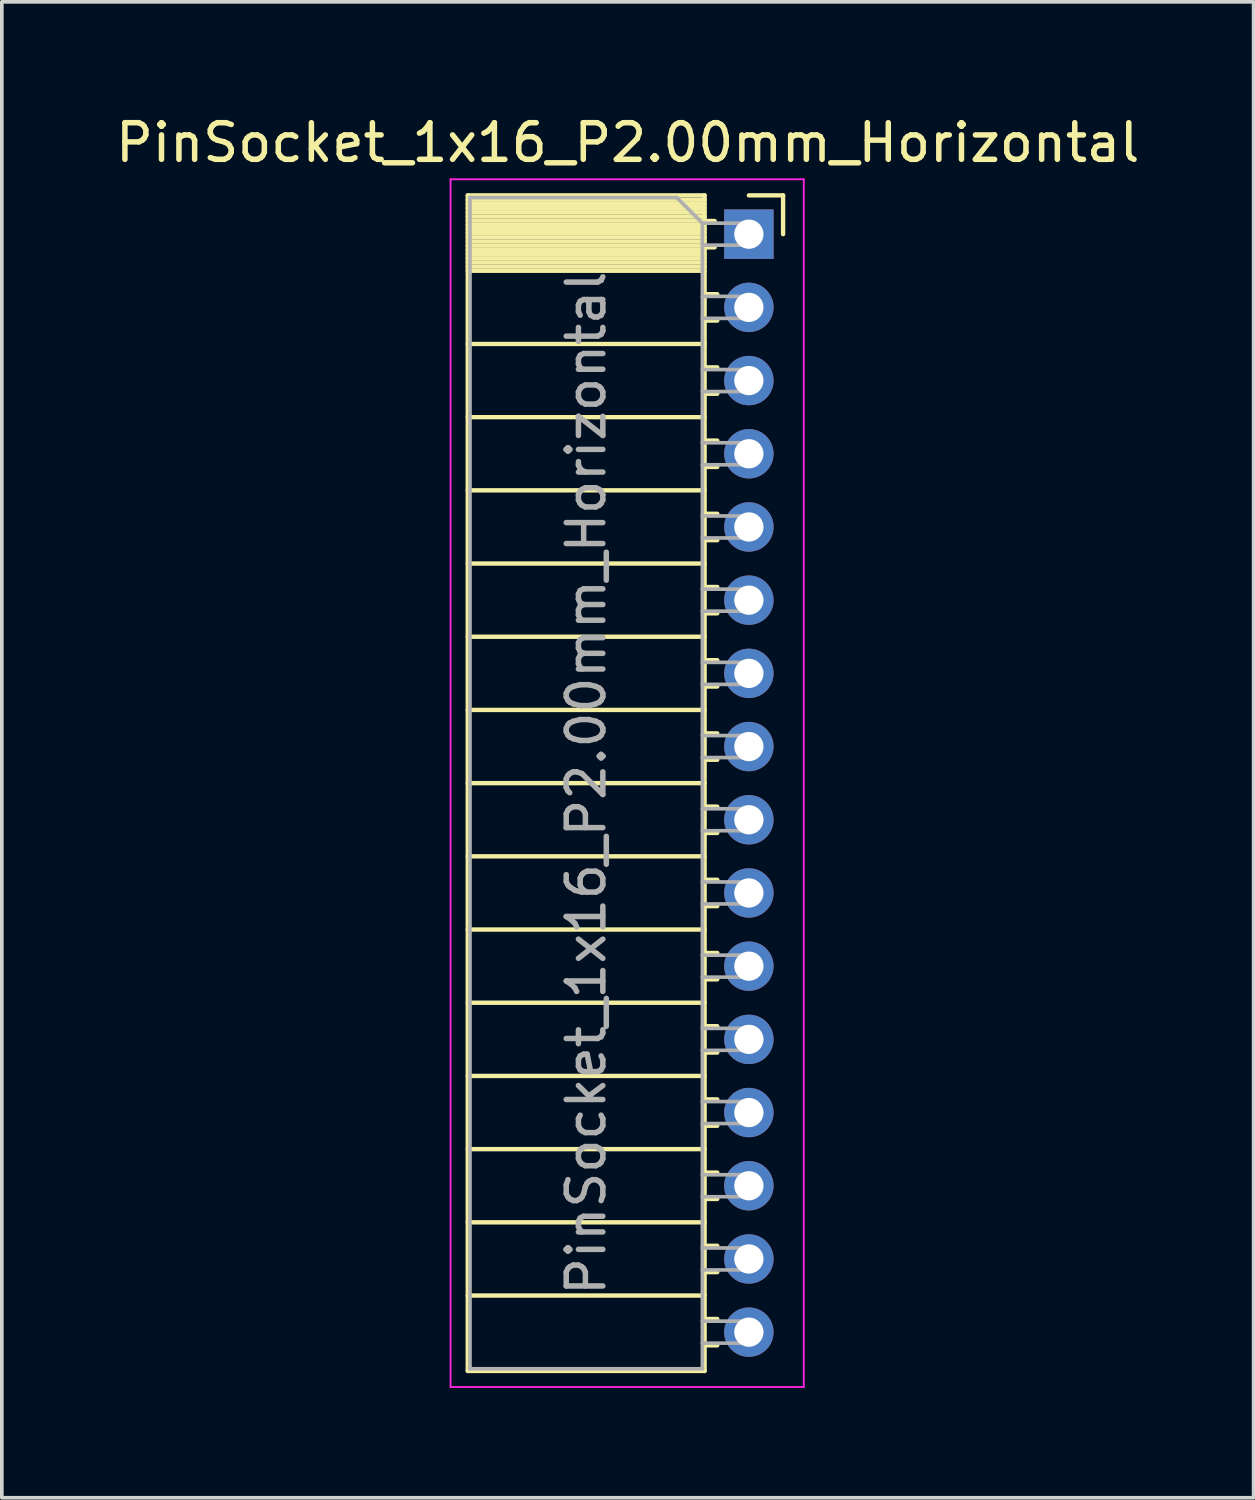
<source format=kicad_pcb>
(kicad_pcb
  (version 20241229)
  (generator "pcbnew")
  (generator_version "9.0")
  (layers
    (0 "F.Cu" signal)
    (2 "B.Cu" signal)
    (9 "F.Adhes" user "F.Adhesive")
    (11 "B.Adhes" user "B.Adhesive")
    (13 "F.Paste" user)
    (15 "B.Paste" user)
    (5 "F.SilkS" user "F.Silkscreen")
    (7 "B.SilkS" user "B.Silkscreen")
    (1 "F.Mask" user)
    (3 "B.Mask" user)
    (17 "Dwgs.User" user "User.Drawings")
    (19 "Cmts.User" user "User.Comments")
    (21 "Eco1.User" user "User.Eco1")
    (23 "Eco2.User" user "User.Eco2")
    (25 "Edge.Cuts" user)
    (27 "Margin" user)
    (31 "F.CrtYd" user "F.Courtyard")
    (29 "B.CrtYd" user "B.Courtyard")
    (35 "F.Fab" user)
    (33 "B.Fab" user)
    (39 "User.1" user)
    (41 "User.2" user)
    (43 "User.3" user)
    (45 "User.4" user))
  (footprint "PinSocket_1x16_P2.00mm_Horizontal"
    (layer "F.Cu")
    (at 17.411 3.348)
    (property "Reference" "PinSocket_1x16_P2.00mm_Horizontal" (at -3.31 -2.5 0) (layer "F.SilkS") (effects (font (size 1 1) (thickness 0.15))))
    (attr through_hole)
    (fp_line (start -7.68 -1.06) (end -7.68 31.06) (stroke (width 0.12) (type solid)) (layer "F.SilkS"))
    (fp_line (start -7.68 -1.06) (end -1.21 -1.06) (stroke (width 0.12) (type solid)) (layer "F.SilkS"))
    (fp_line (start -7.68 -0.94) (end -1.21 -0.94) (stroke (width 0.12) (type solid)) (layer "F.SilkS"))
    (fp_line (start -7.68 -0.826) (end -1.21 -0.826) (stroke (width 0.12) (type solid)) (layer "F.SilkS"))
    (fp_line (start -7.68 -0.712) (end -1.21 -0.712) (stroke (width 0.12) (type solid)) (layer "F.SilkS"))
    (fp_line (start -7.68 -0.598) (end -1.21 -0.598) (stroke (width 0.12) (type solid)) (layer "F.SilkS"))
    (fp_line (start -7.68 -0.484) (end -1.21 -0.484) (stroke (width 0.12) (type solid)) (layer "F.SilkS"))
    (fp_line (start -7.68 -0.369) (end -1.21 -0.369) (stroke (width 0.12) (type solid)) (layer "F.SilkS"))
    (fp_line (start -7.68 -0.255) (end -1.21 -0.255) (stroke (width 0.12) (type solid)) (layer "F.SilkS"))
    (fp_line (start -7.68 -0.141) (end -1.21 -0.141) (stroke (width 0.12) (type solid)) (layer "F.SilkS"))
    (fp_line (start -7.68 -0.027) (end -1.21 -0.027) (stroke (width 0.12) (type solid)) (layer "F.SilkS"))
    (fp_line (start -7.68 0.087) (end -1.21 0.087) (stroke (width 0.12) (type solid)) (layer "F.SilkS"))
    (fp_line (start -7.68 0.201) (end -1.21 0.201) (stroke (width 0.12) (type solid)) (layer "F.SilkS"))
    (fp_line (start -7.68 0.315) (end -1.21 0.315) (stroke (width 0.12) (type solid)) (layer "F.SilkS"))
    (fp_line (start -7.68 0.429) (end -1.21 0.429) (stroke (width 0.12) (type solid)) (layer "F.SilkS"))
    (fp_line (start -7.68 0.544) (end -1.21 0.544) (stroke (width 0.12) (type solid)) (layer "F.SilkS"))
    (fp_line (start -7.68 0.658) (end -1.21 0.658) (stroke (width 0.12) (type solid)) (layer "F.SilkS"))
    (fp_line (start -7.68 0.772) (end -1.21 0.772) (stroke (width 0.12) (type solid)) (layer "F.SilkS"))
    (fp_line (start -7.68 0.886) (end -1.21 0.886) (stroke (width 0.12) (type solid)) (layer "F.SilkS"))
    (fp_line (start -7.68 1) (end -1.21 1) (stroke (width 0.12) (type solid)) (layer "F.SilkS"))
    (fp_line (start -7.68 3) (end -1.21 3) (stroke (width 0.12) (type solid)) (layer "F.SilkS"))
    (fp_line (start -7.68 5) (end -1.21 5) (stroke (width 0.12) (type solid)) (layer "F.SilkS"))
    (fp_line (start -7.68 7) (end -1.21 7) (stroke (width 0.12) (type solid)) (layer "F.SilkS"))
    (fp_line (start -7.68 9) (end -1.21 9) (stroke (width 0.12) (type solid)) (layer "F.SilkS"))
    (fp_line (start -7.68 11) (end -1.21 11) (stroke (width 0.12) (type solid)) (layer "F.SilkS"))
    (fp_line (start -7.68 13) (end -1.21 13) (stroke (width 0.12) (type solid)) (layer "F.SilkS"))
    (fp_line (start -7.68 15) (end -1.21 15) (stroke (width 0.12) (type solid)) (layer "F.SilkS"))
    (fp_line (start -7.68 17) (end -1.21 17) (stroke (width 0.12) (type solid)) (layer "F.SilkS"))
    (fp_line (start -7.68 19) (end -1.21 19) (stroke (width 0.12) (type solid)) (layer "F.SilkS"))
    (fp_line (start -7.68 21) (end -1.21 21) (stroke (width 0.12) (type solid)) (layer "F.SilkS"))
    (fp_line (start -7.68 23) (end -1.21 23) (stroke (width 0.12) (type solid)) (layer "F.SilkS"))
    (fp_line (start -7.68 25) (end -1.21 25) (stroke (width 0.12) (type solid)) (layer "F.SilkS"))
    (fp_line (start -7.68 27) (end -1.21 27) (stroke (width 0.12) (type solid)) (layer "F.SilkS"))
    (fp_line (start -7.68 29) (end -1.21 29) (stroke (width 0.12) (type solid)) (layer "F.SilkS"))
    (fp_line (start -7.68 31.06) (end -1.21 31.06) (stroke (width 0.12) (type solid)) (layer "F.SilkS"))
    (fp_line (start -1.21 -1.06) (end -1.21 31.06) (stroke (width 0.12) (type solid)) (layer "F.SilkS"))
    (fp_line (start -1.21 -0.36) (end -0.935 -0.36) (stroke (width 0.12) (type solid)) (layer "F.SilkS"))
    (fp_line (start -1.21 0.36) (end -0.935 0.36) (stroke (width 0.12) (type solid)) (layer "F.SilkS"))
    (fp_line (start -1.21 1.64) (end -0.863 1.64) (stroke (width 0.12) (type solid)) (layer "F.SilkS"))
    (fp_line (start -1.21 2.36) (end -0.863 2.36) (stroke (width 0.12) (type solid)) (layer "F.SilkS"))
    (fp_line (start -1.21 3.64) (end -0.863 3.64) (stroke (width 0.12) (type solid)) (layer "F.SilkS"))
    (fp_line (start -1.21 4.36) (end -0.863 4.36) (stroke (width 0.12) (type solid)) (layer "F.SilkS"))
    (fp_line (start -1.21 5.64) (end -0.863 5.64) (stroke (width 0.12) (type solid)) (layer "F.SilkS"))
    (fp_line (start -1.21 6.36) (end -0.863 6.36) (stroke (width 0.12) (type solid)) (layer "F.SilkS"))
    (fp_line (start -1.21 7.64) (end -0.863 7.64) (stroke (width 0.12) (type solid)) (layer "F.SilkS"))
    (fp_line (start -1.21 8.36) (end -0.863 8.36) (stroke (width 0.12) (type solid)) (layer "F.SilkS"))
    (fp_line (start -1.21 9.64) (end -0.863 9.64) (stroke (width 0.12) (type solid)) (layer "F.SilkS"))
    (fp_line (start -1.21 10.36) (end -0.863 10.36) (stroke (width 0.12) (type solid)) (layer "F.SilkS"))
    (fp_line (start -1.21 11.64) (end -0.863 11.64) (stroke (width 0.12) (type solid)) (layer "F.SilkS"))
    (fp_line (start -1.21 12.36) (end -0.863 12.36) (stroke (width 0.12) (type solid)) (layer "F.SilkS"))
    (fp_line (start -1.21 13.64) (end -0.863 13.64) (stroke (width 0.12) (type solid)) (layer "F.SilkS"))
    (fp_line (start -1.21 14.36) (end -0.863 14.36) (stroke (width 0.12) (type solid)) (layer "F.SilkS"))
    (fp_line (start -1.21 15.64) (end -0.863 15.64) (stroke (width 0.12) (type solid)) (layer "F.SilkS"))
    (fp_line (start -1.21 16.36) (end -0.863 16.36) (stroke (width 0.12) (type solid)) (layer "F.SilkS"))
    (fp_line (start -1.21 17.64) (end -0.863 17.64) (stroke (width 0.12) (type solid)) (layer "F.SilkS"))
    (fp_line (start -1.21 18.36) (end -0.863 18.36) (stroke (width 0.12) (type solid)) (layer "F.SilkS"))
    (fp_line (start -1.21 19.64) (end -0.863 19.64) (stroke (width 0.12) (type solid)) (layer "F.SilkS"))
    (fp_line (start -1.21 20.36) (end -0.863 20.36) (stroke (width 0.12) (type solid)) (layer "F.SilkS"))
    (fp_line (start -1.21 21.64) (end -0.863 21.64) (stroke (width 0.12) (type solid)) (layer "F.SilkS"))
    (fp_line (start -1.21 22.36) (end -0.863 22.36) (stroke (width 0.12) (type solid)) (layer "F.SilkS"))
    (fp_line (start -1.21 23.64) (end -0.863 23.64) (stroke (width 0.12) (type solid)) (layer "F.SilkS"))
    (fp_line (start -1.21 24.36) (end -0.863 24.36) (stroke (width 0.12) (type solid)) (layer "F.SilkS"))
    (fp_line (start -1.21 25.64) (end -0.863 25.64) (stroke (width 0.12) (type solid)) (layer "F.SilkS"))
    (fp_line (start -1.21 26.36) (end -0.863 26.36) (stroke (width 0.12) (type solid)) (layer "F.SilkS"))
    (fp_line (start -1.21 27.64) (end -0.863 27.64) (stroke (width 0.12) (type solid)) (layer "F.SilkS"))
    (fp_line (start -1.21 28.36) (end -0.863 28.36) (stroke (width 0.12) (type solid)) (layer "F.SilkS"))
    (fp_line (start -1.21 29.64) (end -0.863 29.64) (stroke (width 0.12) (type solid)) (layer "F.SilkS"))
    (fp_line (start -1.21 30.36) (end -0.863 30.36) (stroke (width 0.12) (type solid)) (layer "F.SilkS"))
    (fp_line (start 0 -1.06) (end 0.935 -1.06) (stroke (width 0.12) (type solid)) (layer "F.SilkS"))
    (fp_line (start 0.935 -1.06) (end 0.935 0) (stroke (width 0.12) (type solid)) (layer "F.SilkS"))
    (fp_line (start -8.15 -1.5) (end -8.15 31.5) (stroke (width 0.05) (type solid)) (layer "F.CrtYd"))
    (fp_line (start -8.15 31.5) (end 1.5 31.5) (stroke (width 0.05) (type solid)) (layer "F.CrtYd"))
    (fp_line (start 1.5 -1.5) (end -8.15 -1.5) (stroke (width 0.05) (type solid)) (layer "F.CrtYd"))
    (fp_line (start 1.5 31.5) (end 1.5 -1.5) (stroke (width 0.05) (type solid)) (layer "F.CrtYd"))
    (fp_line (start -7.62 -1) (end -1.97 -1) (stroke (width 0.1) (type solid)) (layer "F.Fab"))
    (fp_line (start -7.62 31) (end -7.62 -1) (stroke (width 0.1) (type solid)) (layer "F.Fab"))
    (fp_line (start -1.97 -1) (end -1.27 -0.3) (stroke (width 0.1) (type solid)) (layer "F.Fab"))
    (fp_line (start -1.27 -0.3) (end -1.27 31) (stroke (width 0.1) (type solid)) (layer "F.Fab"))
    (fp_line (start -1.27 0.3) (end 0 0.3) (stroke (width 0.1) (type solid)) (layer "F.Fab"))
    (fp_line (start -1.27 2.3) (end 0 2.3) (stroke (width 0.1) (type solid)) (layer "F.Fab"))
    (fp_line (start -1.27 4.3) (end 0 4.3) (stroke (width 0.1) (type solid)) (layer "F.Fab"))
    (fp_line (start -1.27 6.3) (end 0 6.3) (stroke (width 0.1) (type solid)) (layer "F.Fab"))
    (fp_line (start -1.27 8.3) (end 0 8.3) (stroke (width 0.1) (type solid)) (layer "F.Fab"))
    (fp_line (start -1.27 10.3) (end 0 10.3) (stroke (width 0.1) (type solid)) (layer "F.Fab"))
    (fp_line (start -1.27 12.3) (end 0 12.3) (stroke (width 0.1) (type solid)) (layer "F.Fab"))
    (fp_line (start -1.27 14.3) (end 0 14.3) (stroke (width 0.1) (type solid)) (layer "F.Fab"))
    (fp_line (start -1.27 16.3) (end 0 16.3) (stroke (width 0.1) (type solid)) (layer "F.Fab"))
    (fp_line (start -1.27 18.3) (end 0 18.3) (stroke (width 0.1) (type solid)) (layer "F.Fab"))
    (fp_line (start -1.27 20.3) (end 0 20.3) (stroke (width 0.1) (type solid)) (layer "F.Fab"))
    (fp_line (start -1.27 22.3) (end 0 22.3) (stroke (width 0.1) (type solid)) (layer "F.Fab"))
    (fp_line (start -1.27 24.3) (end 0 24.3) (stroke (width 0.1) (type solid)) (layer "F.Fab"))
    (fp_line (start -1.27 26.3) (end 0 26.3) (stroke (width 0.1) (type solid)) (layer "F.Fab"))
    (fp_line (start -1.27 28.3) (end 0 28.3) (stroke (width 0.1) (type solid)) (layer "F.Fab"))
    (fp_line (start -1.27 30.3) (end 0 30.3) (stroke (width 0.1) (type solid)) (layer "F.Fab"))
    (fp_line (start -1.27 31) (end -7.62 31) (stroke (width 0.1) (type solid)) (layer "F.Fab"))
    (fp_line (start 0 -0.3) (end -1.27 -0.3) (stroke (width 0.1) (type solid)) (layer "F.Fab"))
    (fp_line (start 0 0.3) (end 0 -0.3) (stroke (width 0.1) (type solid)) (layer "F.Fab"))
    (fp_line (start 0 1.7) (end -1.27 1.7) (stroke (width 0.1) (type solid)) (layer "F.Fab"))
    (fp_line (start 0 2.3) (end 0 1.7) (stroke (width 0.1) (type solid)) (layer "F.Fab"))
    (fp_line (start 0 3.7) (end -1.27 3.7) (stroke (width 0.1) (type solid)) (layer "F.Fab"))
    (fp_line (start 0 4.3) (end 0 3.7) (stroke (width 0.1) (type solid)) (layer "F.Fab"))
    (fp_line (start 0 5.7) (end -1.27 5.7) (stroke (width 0.1) (type solid)) (layer "F.Fab"))
    (fp_line (start 0 6.3) (end 0 5.7) (stroke (width 0.1) (type solid)) (layer "F.Fab"))
    (fp_line (start 0 7.7) (end -1.27 7.7) (stroke (width 0.1) (type solid)) (layer "F.Fab"))
    (fp_line (start 0 8.3) (end 0 7.7) (stroke (width 0.1) (type solid)) (layer "F.Fab"))
    (fp_line (start 0 9.7) (end -1.27 9.7) (stroke (width 0.1) (type solid)) (layer "F.Fab"))
    (fp_line (start 0 10.3) (end 0 9.7) (stroke (width 0.1) (type solid)) (layer "F.Fab"))
    (fp_line (start 0 11.7) (end -1.27 11.7) (stroke (width 0.1) (type solid)) (layer "F.Fab"))
    (fp_line (start 0 12.3) (end 0 11.7) (stroke (width 0.1) (type solid)) (layer "F.Fab"))
    (fp_line (start 0 13.7) (end -1.27 13.7) (stroke (width 0.1) (type solid)) (layer "F.Fab"))
    (fp_line (start 0 14.3) (end 0 13.7) (stroke (width 0.1) (type solid)) (layer "F.Fab"))
    (fp_line (start 0 15.7) (end -1.27 15.7) (stroke (width 0.1) (type solid)) (layer "F.Fab"))
    (fp_line (start 0 16.3) (end 0 15.7) (stroke (width 0.1) (type solid)) (layer "F.Fab"))
    (fp_line (start 0 17.7) (end -1.27 17.7) (stroke (width 0.1) (type solid)) (layer "F.Fab"))
    (fp_line (start 0 18.3) (end 0 17.7) (stroke (width 0.1) (type solid)) (layer "F.Fab"))
    (fp_line (start 0 19.7) (end -1.27 19.7) (stroke (width 0.1) (type solid)) (layer "F.Fab"))
    (fp_line (start 0 20.3) (end 0 19.7) (stroke (width 0.1) (type solid)) (layer "F.Fab"))
    (fp_line (start 0 21.7) (end -1.27 21.7) (stroke (width 0.1) (type solid)) (layer "F.Fab"))
    (fp_line (start 0 22.3) (end 0 21.7) (stroke (width 0.1) (type solid)) (layer "F.Fab"))
    (fp_line (start 0 23.7) (end -1.27 23.7) (stroke (width 0.1) (type solid)) (layer "F.Fab"))
    (fp_line (start 0 24.3) (end 0 23.7) (stroke (width 0.1) (type solid)) (layer "F.Fab"))
    (fp_line (start 0 25.7) (end -1.27 25.7) (stroke (width 0.1) (type solid)) (layer "F.Fab"))
    (fp_line (start 0 26.3) (end 0 25.7) (stroke (width 0.1) (type solid)) (layer "F.Fab"))
    (fp_line (start 0 27.7) (end -1.27 27.7) (stroke (width 0.1) (type solid)) (layer "F.Fab"))
    (fp_line (start 0 28.3) (end 0 27.7) (stroke (width 0.1) (type solid)) (layer "F.Fab"))
    (fp_line (start 0 29.7) (end -1.27 29.7) (stroke (width 0.1) (type solid)) (layer "F.Fab"))
    (fp_line (start 0 30.3) (end 0 29.7) (stroke (width 0.1) (type solid)) (layer "F.Fab"))
    (fp_text user "${REFERENCE}" (at -4.445 15 90) (layer "F.Fab") (effects (font (size 1 1) (thickness 0.15))))
    (pad "1" thru_hole rect (at 0 0) (size 1.35 1.35) (drill 0.8) (layers "*.Cu" "*.Mask"))
    (pad "2" thru_hole circle (at 0 2) (size 1.35 1.35) (drill 0.8) (layers "*.Cu" "*.Mask"))
    (pad "3" thru_hole circle (at 0 4) (size 1.35 1.35) (drill 0.8) (layers "*.Cu" "*.Mask"))
    (pad "4" thru_hole circle (at 0 6) (size 1.35 1.35) (drill 0.8) (layers "*.Cu" "*.Mask"))
    (pad "5" thru_hole circle (at 0 8) (size 1.35 1.35) (drill 0.8) (layers "*.Cu" "*.Mask"))
    (pad "6" thru_hole circle (at 0 10) (size 1.35 1.35) (drill 0.8) (layers "*.Cu" "*.Mask"))
    (pad "7" thru_hole circle (at 0 12) (size 1.35 1.35) (drill 0.8) (layers "*.Cu" "*.Mask"))
    (pad "8" thru_hole circle (at 0 14) (size 1.35 1.35) (drill 0.8) (layers "*.Cu" "*.Mask"))
    (pad "9" thru_hole circle (at 0 16) (size 1.35 1.35) (drill 0.8) (layers "*.Cu" "*.Mask"))
    (pad "10" thru_hole circle (at 0 18) (size 1.35 1.35) (drill 0.8) (layers "*.Cu" "*.Mask"))
    (pad "11" thru_hole circle (at 0 20) (size 1.35 1.35) (drill 0.8) (layers "*.Cu" "*.Mask"))
    (pad "12" thru_hole circle (at 0 22) (size 1.35 1.35) (drill 0.8) (layers "*.Cu" "*.Mask"))
    (pad "13" thru_hole circle (at 0 24) (size 1.35 1.35) (drill 0.8) (layers "*.Cu" "*.Mask"))
    (pad "14" thru_hole circle (at 0 26) (size 1.35 1.35) (drill 0.8) (layers "*.Cu" "*.Mask"))
    (pad "15" thru_hole circle (at 0 28) (size 1.35 1.35) (drill 0.8) (layers "*.Cu" "*.Mask"))
    (pad "16" thru_hole circle (at 0 30) (size 1.35 1.35) (drill 0.8) (layers "*.Cu" "*.Mask")))
  (gr_rect
    (start -3 -3)
    (end 31.202 37.873)
    (stroke (width 0.1) (type default))
    (fill no)
    (layer "Edge.Cuts")))
</source>
